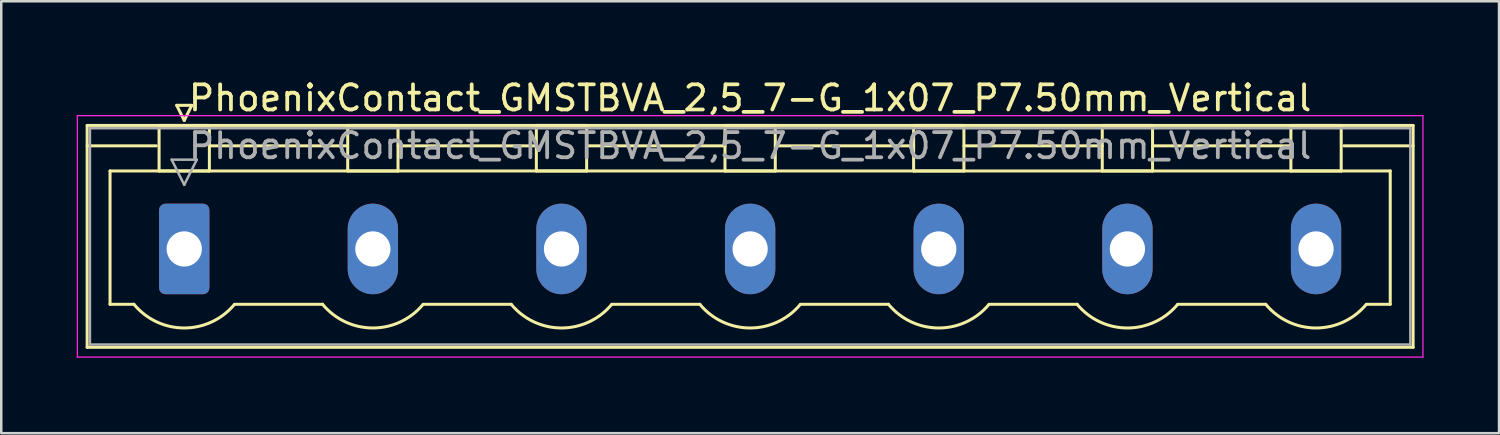
<source format=kicad_pcb>
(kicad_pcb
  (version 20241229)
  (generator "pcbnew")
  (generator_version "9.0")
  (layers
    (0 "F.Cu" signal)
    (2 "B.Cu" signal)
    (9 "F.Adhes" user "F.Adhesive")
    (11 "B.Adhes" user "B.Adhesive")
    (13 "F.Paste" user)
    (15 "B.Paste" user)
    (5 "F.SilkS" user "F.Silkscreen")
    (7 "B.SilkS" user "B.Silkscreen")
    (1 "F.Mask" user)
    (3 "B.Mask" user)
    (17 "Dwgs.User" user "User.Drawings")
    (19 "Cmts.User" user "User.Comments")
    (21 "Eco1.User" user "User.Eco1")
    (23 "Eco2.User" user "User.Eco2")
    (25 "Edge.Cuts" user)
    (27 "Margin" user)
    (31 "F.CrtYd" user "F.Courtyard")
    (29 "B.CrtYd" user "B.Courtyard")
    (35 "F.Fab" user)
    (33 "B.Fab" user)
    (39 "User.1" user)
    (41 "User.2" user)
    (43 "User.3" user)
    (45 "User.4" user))
  (footprint "PhoenixContact_GMSTBVA_2,5_7-G_1x07_P7.50mm_Vertical"
    (layer "F.Cu")
    (at 4.275 6.848)
    (property "Reference" "PhoenixContact_GMSTBVA_2,5_7-G_1x07_P7.50mm_Vertical" (at 22.5 -6 0) (layer "F.SilkS") (effects (font (size 1 1) (thickness 0.15))))
    (attr through_hole)
    (fp_line (start -3.86 -4.91) (end -3.86 3.91) (stroke (width 0.12) (type solid)) (layer "F.SilkS"))
    (fp_line (start -3.86 -4.1) (end -1.11 -4.1) (stroke (width 0.12) (type solid)) (layer "F.SilkS"))
    (fp_line (start -3.86 3.91) (end 48.86 3.91) (stroke (width 0.12) (type solid)) (layer "F.SilkS"))
    (fp_line (start -2.95 -3.1) (end 47.95 -3.1) (stroke (width 0.12) (type solid)) (layer "F.SilkS"))
    (fp_line (start -2.95 2.2) (end -2.95 -3.1) (stroke (width 0.12) (type solid)) (layer "F.SilkS"))
    (fp_line (start -2 2.2) (end -2.95 2.2) (stroke (width 0.12) (type solid)) (layer "F.SilkS"))
    (fp_line (start -1 -4.91) (end 1 -4.91) (stroke (width 0.12) (type solid)) (layer "F.SilkS"))
    (fp_line (start -1 -3.1) (end -1 -4.91) (stroke (width 0.12) (type solid)) (layer "F.SilkS"))
    (fp_line (start -0.3 -5.71) (end 0.3 -5.71) (stroke (width 0.12) (type solid)) (layer "F.SilkS"))
    (fp_line (start 0 -5.11) (end -0.3 -5.71) (stroke (width 0.12) (type solid)) (layer "F.SilkS"))
    (fp_line (start 0.3 -5.71) (end 0 -5.11) (stroke (width 0.12) (type solid)) (layer "F.SilkS"))
    (fp_line (start 1 -4.91) (end 1 -3.1) (stroke (width 0.12) (type solid)) (layer "F.SilkS"))
    (fp_line (start 1 -4.1) (end 6.5 -4.1) (stroke (width 0.12) (type solid)) (layer "F.SilkS"))
    (fp_line (start 1 -3.1) (end -1 -3.1) (stroke (width 0.12) (type solid)) (layer "F.SilkS"))
    (fp_line (start 2 2.2) (end 5.5 2.2) (stroke (width 0.12) (type solid)) (layer "F.SilkS"))
    (fp_line (start 6.5 -4.91) (end 8.5 -4.91) (stroke (width 0.12) (type solid)) (layer "F.SilkS"))
    (fp_line (start 6.5 -3.1) (end 6.5 -4.91) (stroke (width 0.12) (type solid)) (layer "F.SilkS"))
    (fp_line (start 8.5 -4.91) (end 8.5 -3.1) (stroke (width 0.12) (type solid)) (layer "F.SilkS"))
    (fp_line (start 8.5 -4.1) (end 14 -4.1) (stroke (width 0.12) (type solid)) (layer "F.SilkS"))
    (fp_line (start 8.5 -3.1) (end 6.5 -3.1) (stroke (width 0.12) (type solid)) (layer "F.SilkS"))
    (fp_line (start 9.5 2.2) (end 13 2.2) (stroke (width 0.12) (type solid)) (layer "F.SilkS"))
    (fp_line (start 14 -4.91) (end 16 -4.91) (stroke (width 0.12) (type solid)) (layer "F.SilkS"))
    (fp_line (start 14 -3.1) (end 14 -4.91) (stroke (width 0.12) (type solid)) (layer "F.SilkS"))
    (fp_line (start 16 -4.91) (end 16 -3.1) (stroke (width 0.12) (type solid)) (layer "F.SilkS"))
    (fp_line (start 16 -4.1) (end 21.5 -4.1) (stroke (width 0.12) (type solid)) (layer "F.SilkS"))
    (fp_line (start 16 -3.1) (end 14 -3.1) (stroke (width 0.12) (type solid)) (layer "F.SilkS"))
    (fp_line (start 17 2.2) (end 20.5 2.2) (stroke (width 0.12) (type solid)) (layer "F.SilkS"))
    (fp_line (start 21.5 -4.91) (end 23.5 -4.91) (stroke (width 0.12) (type solid)) (layer "F.SilkS"))
    (fp_line (start 21.5 -3.1) (end 21.5 -4.91) (stroke (width 0.12) (type solid)) (layer "F.SilkS"))
    (fp_line (start 23.5 -4.91) (end 23.5 -3.1) (stroke (width 0.12) (type solid)) (layer "F.SilkS"))
    (fp_line (start 23.5 -4.1) (end 29 -4.1) (stroke (width 0.12) (type solid)) (layer "F.SilkS"))
    (fp_line (start 23.5 -3.1) (end 21.5 -3.1) (stroke (width 0.12) (type solid)) (layer "F.SilkS"))
    (fp_line (start 24.5 2.2) (end 28 2.2) (stroke (width 0.12) (type solid)) (layer "F.SilkS"))
    (fp_line (start 29 -4.91) (end 31 -4.91) (stroke (width 0.12) (type solid)) (layer "F.SilkS"))
    (fp_line (start 29 -3.1) (end 29 -4.91) (stroke (width 0.12) (type solid)) (layer "F.SilkS"))
    (fp_line (start 31 -4.91) (end 31 -3.1) (stroke (width 0.12) (type solid)) (layer "F.SilkS"))
    (fp_line (start 31 -4.1) (end 36.5 -4.1) (stroke (width 0.12) (type solid)) (layer "F.SilkS"))
    (fp_line (start 31 -3.1) (end 29 -3.1) (stroke (width 0.12) (type solid)) (layer "F.SilkS"))
    (fp_line (start 32 2.2) (end 35.5 2.2) (stroke (width 0.12) (type solid)) (layer "F.SilkS"))
    (fp_line (start 36.5 -4.91) (end 38.5 -4.91) (stroke (width 0.12) (type solid)) (layer "F.SilkS"))
    (fp_line (start 36.5 -3.1) (end 36.5 -4.91) (stroke (width 0.12) (type solid)) (layer "F.SilkS"))
    (fp_line (start 38.5 -4.91) (end 38.5 -3.1) (stroke (width 0.12) (type solid)) (layer "F.SilkS"))
    (fp_line (start 38.5 -4.1) (end 44 -4.1) (stroke (width 0.12) (type solid)) (layer "F.SilkS"))
    (fp_line (start 38.5 -3.1) (end 36.5 -3.1) (stroke (width 0.12) (type solid)) (layer "F.SilkS"))
    (fp_line (start 39.5 2.2) (end 43 2.2) (stroke (width 0.12) (type solid)) (layer "F.SilkS"))
    (fp_line (start 44 -4.91) (end 46 -4.91) (stroke (width 0.12) (type solid)) (layer "F.SilkS"))
    (fp_line (start 44 -3.1) (end 44 -4.91) (stroke (width 0.12) (type solid)) (layer "F.SilkS"))
    (fp_line (start 46 -4.91) (end 46 -3.1) (stroke (width 0.12) (type solid)) (layer "F.SilkS"))
    (fp_line (start 46 -3.1) (end 44 -3.1) (stroke (width 0.12) (type solid)) (layer "F.SilkS"))
    (fp_line (start 47.95 -3.1) (end 47.95 2.2) (stroke (width 0.12) (type solid)) (layer "F.SilkS"))
    (fp_line (start 47.95 2.2) (end 47 2.2) (stroke (width 0.12) (type solid)) (layer "F.SilkS"))
    (fp_line (start 48.86 -4.91) (end -3.86 -4.91) (stroke (width 0.12) (type solid)) (layer "F.SilkS"))
    (fp_line (start 48.86 -4.1) (end 46.11 -4.1) (stroke (width 0.12) (type solid)) (layer "F.SilkS"))
    (fp_line (start 48.86 3.91) (end 48.86 -4.91) (stroke (width 0.12) (type solid)) (layer "F.SilkS"))
    (fp_arc (start 1.986842 2.215821) (mid -0.010289 3.142758) (end -2 2.2) (stroke (width 0.12) (type solid)) (layer "F.SilkS"))
    (fp_arc (start 9.486842 2.215821) (mid 7.489711 3.142758) (end 5.5 2.2) (stroke (width 0.12) (type solid)) (layer "F.SilkS"))
    (fp_arc (start 16.986842 2.215821) (mid 14.989711 3.142758) (end 13 2.2) (stroke (width 0.12) (type solid)) (layer "F.SilkS"))
    (fp_arc (start 24.486842 2.215821) (mid 22.489711 3.142758) (end 20.5 2.2) (stroke (width 0.12) (type solid)) (layer "F.SilkS"))
    (fp_arc (start 31.986842 2.215821) (mid 29.989711 3.142758) (end 28 2.2) (stroke (width 0.12) (type solid)) (layer "F.SilkS"))
    (fp_arc (start 39.486842 2.215821) (mid 37.489711 3.142758) (end 35.5 2.2) (stroke (width 0.12) (type solid)) (layer "F.SilkS"))
    (fp_arc (start 46.986842 2.215821) (mid 44.989711 3.142758) (end 43 2.2) (stroke (width 0.12) (type solid)) (layer "F.SilkS"))
    (fp_line (start -4.25 -5.3) (end -4.25 4.3) (stroke (width 0.05) (type solid)) (layer "F.CrtYd"))
    (fp_line (start -4.25 4.3) (end 49.25 4.3) (stroke (width 0.05) (type solid)) (layer "F.CrtYd"))
    (fp_line (start 49.25 -5.3) (end -4.25 -5.3) (stroke (width 0.05) (type solid)) (layer "F.CrtYd"))
    (fp_line (start 49.25 4.3) (end 49.25 -5.3) (stroke (width 0.05) (type solid)) (layer "F.CrtYd"))
    (fp_line (start -3.75 -4.8) (end -3.75 3.8) (stroke (width 0.1) (type solid)) (layer "F.Fab"))
    (fp_line (start -3.75 3.8) (end 48.75 3.8) (stroke (width 0.1) (type solid)) (layer "F.Fab"))
    (fp_line (start -0.5 -3.55) (end 0.5 -3.55) (stroke (width 0.1) (type solid)) (layer "F.Fab"))
    (fp_line (start 0 -2.55) (end -0.5 -3.55) (stroke (width 0.1) (type solid)) (layer "F.Fab"))
    (fp_line (start 0.5 -3.55) (end 0 -2.55) (stroke (width 0.1) (type solid)) (layer "F.Fab"))
    (fp_line (start 48.75 -4.8) (end -3.75 -4.8) (stroke (width 0.1) (type solid)) (layer "F.Fab"))
    (fp_line (start 48.75 3.8) (end 48.75 -4.8) (stroke (width 0.1) (type solid)) (layer "F.Fab"))
    (fp_text user "${REFERENCE}" (at 22.5 -4.1 0) (layer "F.Fab") (effects (font (size 1 1) (thickness 0.15))))
    (pad "1" thru_hole roundrect (at 0 0) (size 2 3.6) (drill 1.4) (layers "*.Cu" "*.Mask") (roundrect_rratio 0.125))
    (pad "2" thru_hole oval (at 7.5 0) (size 2 3.6) (drill 1.4) (layers "*.Cu" "*.Mask"))
    (pad "3" thru_hole oval (at 15 0) (size 2 3.6) (drill 1.4) (layers "*.Cu" "*.Mask"))
    (pad "4" thru_hole oval (at 22.5 0) (size 2 3.6) (drill 1.4) (layers "*.Cu" "*.Mask"))
    (pad "5" thru_hole oval (at 30 0) (size 2 3.6) (drill 1.4) (layers "*.Cu" "*.Mask"))
    (pad "6" thru_hole oval (at 37.5 0) (size 2 3.6) (drill 1.4) (layers "*.Cu" "*.Mask"))
    (pad "7" thru_hole oval (at 45 0) (size 2 3.6) (drill 1.4) (layers "*.Cu" "*.Mask")))
  (gr_rect
    (start -3 -3)
    (end 56.55 14.173)
    (stroke (width 0.1) (type default))
    (fill no)
    (layer "Edge.Cuts")))
</source>
